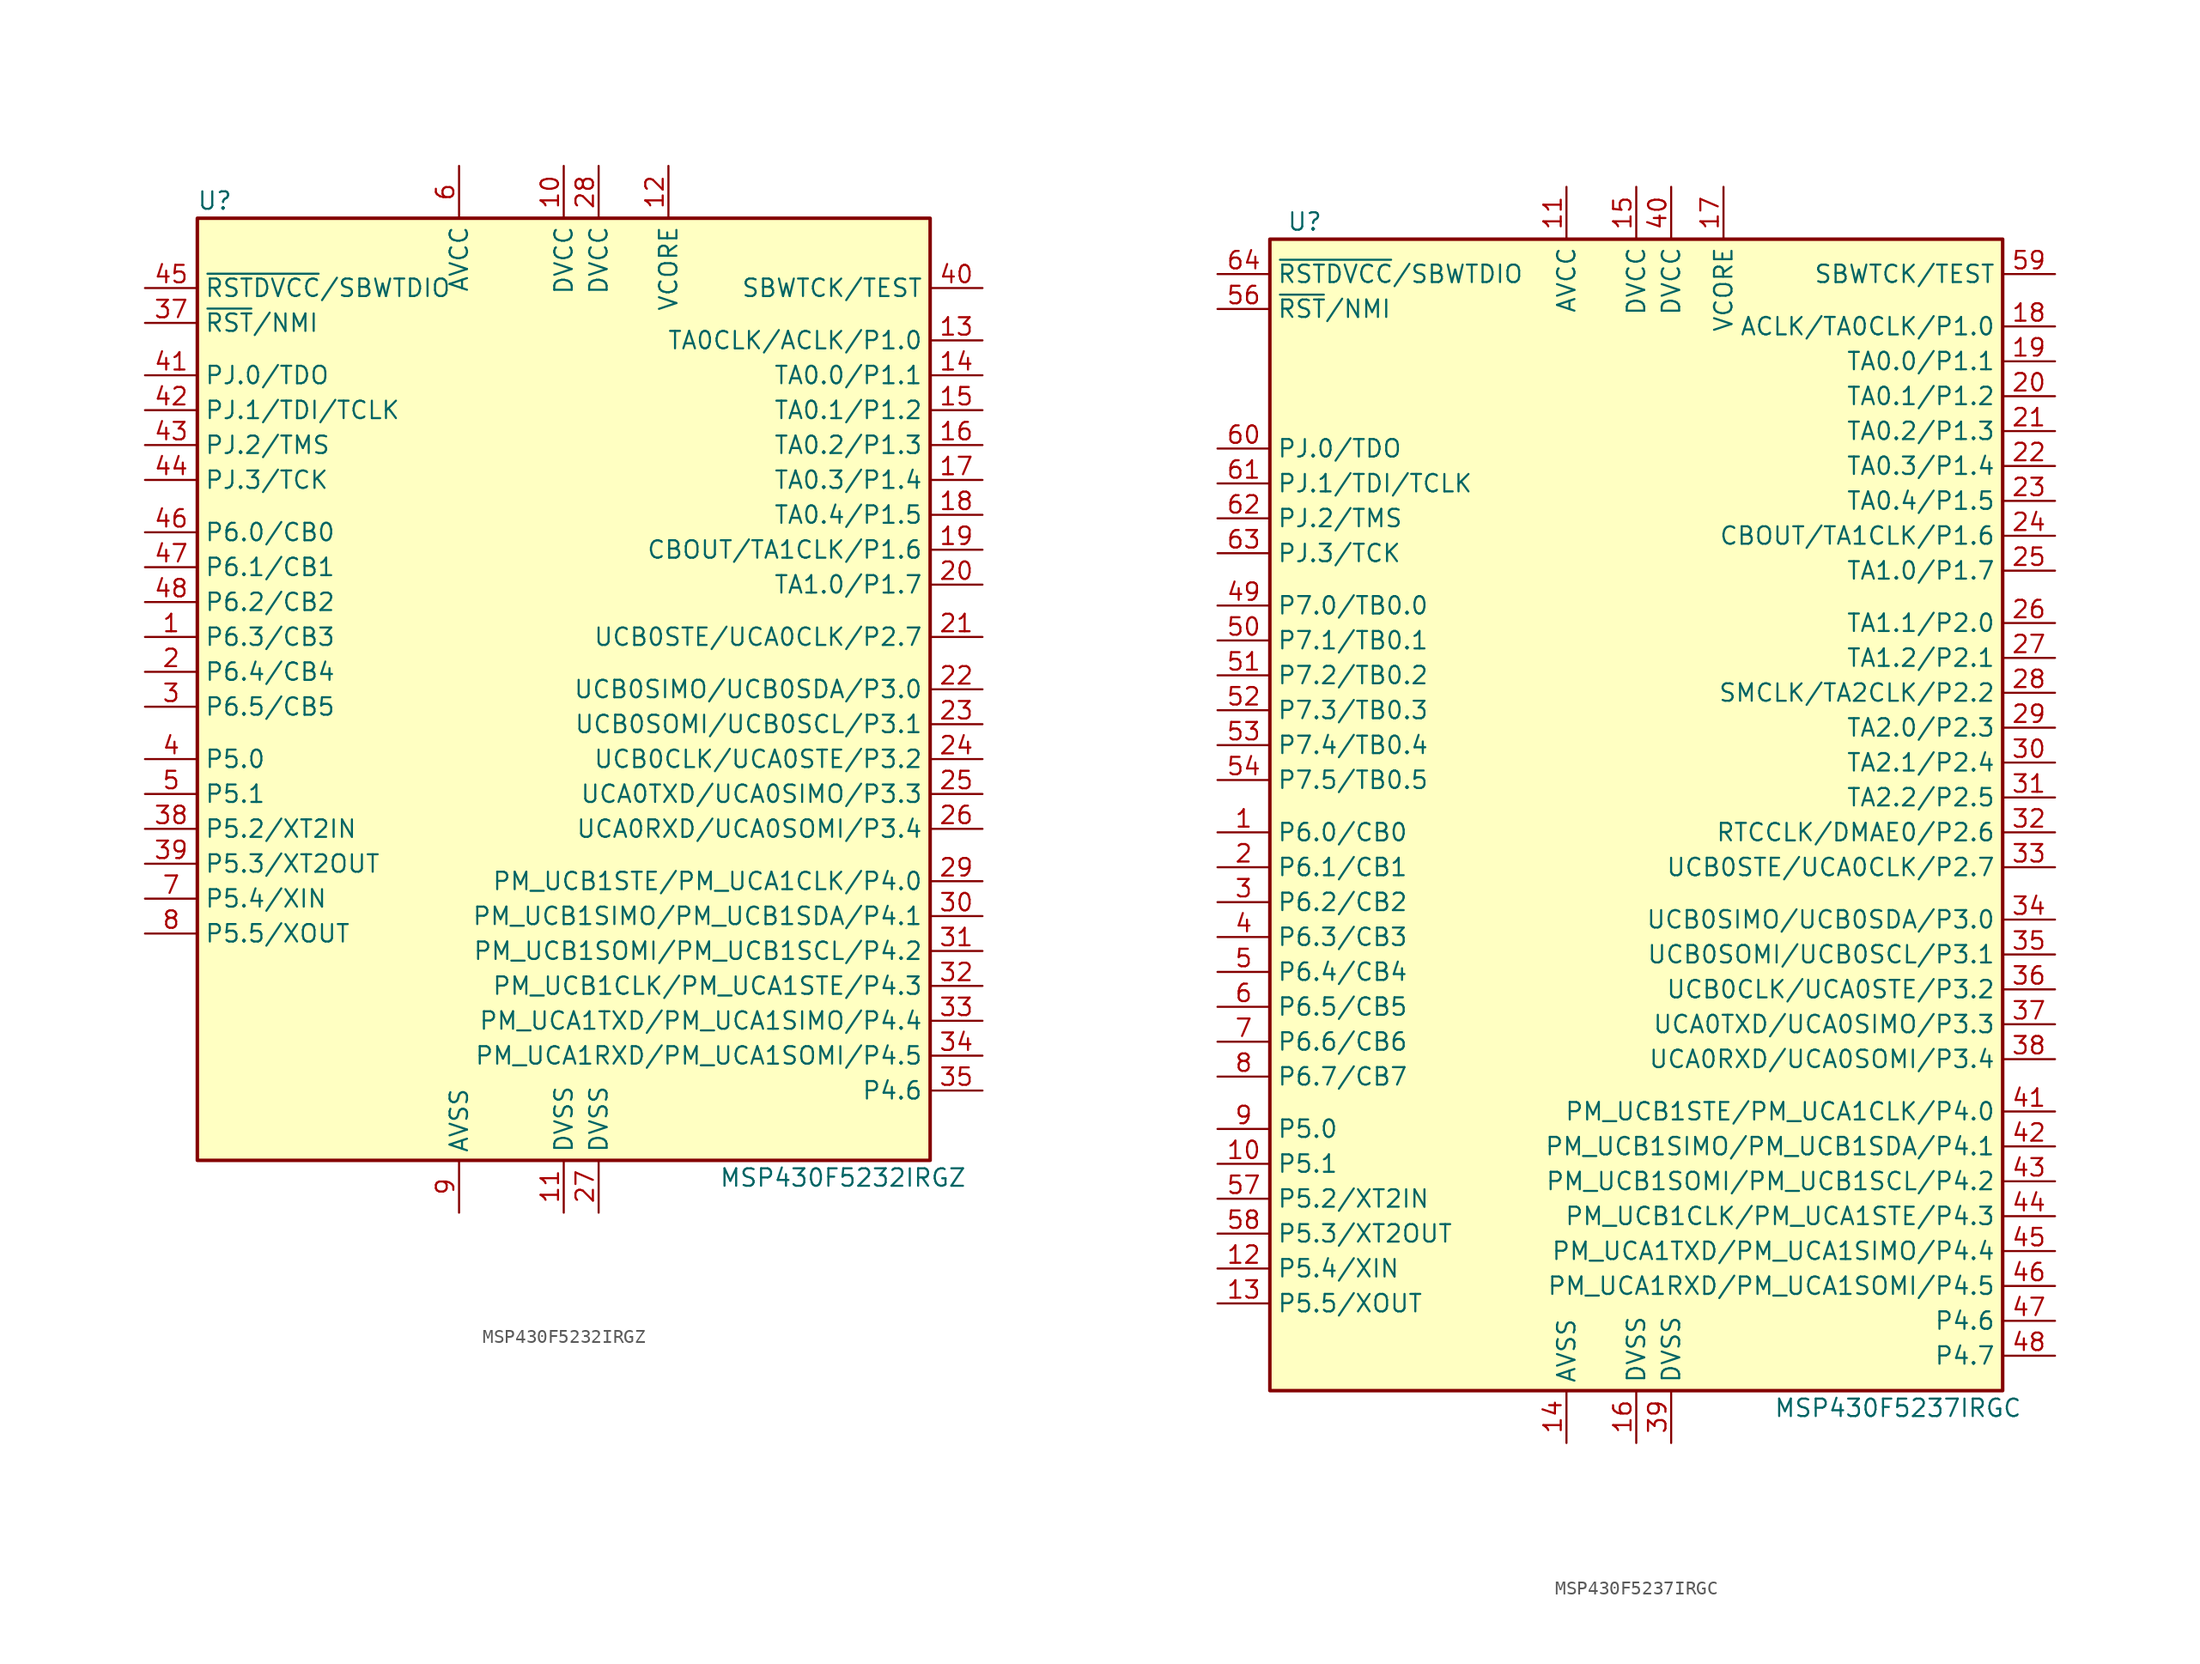
<source format=kicad_sym>
(kicad_symbol_lib
  (version 20220914)
  (generator kicad_symbol_editor)
  (symbol "MSP430F5232IRGZ"
    (property "Reference" "U"
      (at -25.4 35.56 0)
      (effects (font (size 1.27 1.27))))
    (property "Value" "MSP430F5232IRGZ"
      (at 20.32 -35.56 0)
      (effects (font (size 1.27 1.27))))
    (symbol "MSP430F5232IRGZ_0_1"
      (rectangle (start -26.67 34.29) (end 26.67 -34.29) (stroke (width 0.254) (type default)) (fill (type background))))
    (symbol "MSP430F5232IRGZ_1_1"
      (pin bidirectional line (at -30.48 3.81 0) (length 3.81) (name "P6.3/CB3" (effects (font (size 1.27 1.27)))) (number "1" (effects (font (size 1.27 1.27)))))
      (pin power_in line (at 0 38.1 270) (length 3.81) (name "DVCC" (effects (font (size 1.27 1.27)))) (number "10" (effects (font (size 1.27 1.27)))))
      (pin power_in line (at 0 -38.1 90) (length 3.81) (name "DVSS" (effects (font (size 1.27 1.27)))) (number "11" (effects (font (size 1.27 1.27)))))
      (pin passive line (at 7.62 38.1 270) (length 3.81) (name "VCORE" (effects (font (size 1.27 1.27)))) (number "12" (effects (font (size 1.27 1.27)))))
      (pin bidirectional line (at 30.48 25.4 180) (length 3.81) (name "TA0CLK/ACLK/P1.0" (effects (font (size 1.27 1.27)))) (number "13" (effects (font (size 1.27 1.27)))))
      (pin bidirectional line (at 30.48 22.86 180) (length 3.81) (name "TA0.0/P1.1" (effects (font (size 1.27 1.27)))) (number "14" (effects (font (size 1.27 1.27)))))
      (pin bidirectional line (at 30.48 20.32 180) (length 3.81) (name "TA0.1/P1.2" (effects (font (size 1.27 1.27)))) (number "15" (effects (font (size 1.27 1.27)))))
      (pin bidirectional line (at 30.48 17.78 180) (length 3.81) (name "TA0.2/P1.3" (effects (font (size 1.27 1.27)))) (number "16" (effects (font (size 1.27 1.27)))))
      (pin bidirectional line (at 30.48 15.24 180) (length 3.81) (name "TA0.3/P1.4" (effects (font (size 1.27 1.27)))) (number "17" (effects (font (size 1.27 1.27)))))
      (pin bidirectional line (at 30.48 12.7 180) (length 3.81) (name "TA0.4/P1.5" (effects (font (size 1.27 1.27)))) (number "18" (effects (font (size 1.27 1.27)))))
      (pin bidirectional line (at 30.48 10.16 180) (length 3.81) (name "CBOUT/TA1CLK/P1.6" (effects (font (size 1.27 1.27)))) (number "19" (effects (font (size 1.27 1.27)))))
      (pin bidirectional line (at -30.48 1.27 0) (length 3.81) (name "P6.4/CB4" (effects (font (size 1.27 1.27)))) (number "2" (effects (font (size 1.27 1.27)))))
      (pin bidirectional line (at 30.48 7.62 180) (length 3.81) (name "TA1.0/P1.7" (effects (font (size 1.27 1.27)))) (number "20" (effects (font (size 1.27 1.27)))))
      (pin bidirectional line (at 30.48 3.81 180) (length 3.81) (name "UCB0STE/UCA0CLK/P2.7" (effects (font (size 1.27 1.27)))) (number "21" (effects (font (size 1.27 1.27)))))
      (pin bidirectional line (at 30.48 0 180) (length 3.81) (name "UCB0SIMO/UCB0SDA/P3.0" (effects (font (size 1.27 1.27)))) (number "22" (effects (font (size 1.27 1.27)))))
      (pin bidirectional line (at 30.48 -2.54 180) (length 3.81) (name "UCB0SOMI/UCB0SCL/P3.1" (effects (font (size 1.27 1.27)))) (number "23" (effects (font (size 1.27 1.27)))))
      (pin bidirectional line (at 30.48 -5.08 180) (length 3.81) (name "UCB0CLK/UCA0STE/P3.2" (effects (font (size 1.27 1.27)))) (number "24" (effects (font (size 1.27 1.27)))))
      (pin bidirectional line (at 30.48 -7.62 180) (length 3.81) (name "UCA0TXD/UCA0SIMO/P3.3" (effects (font (size 1.27 1.27)))) (number "25" (effects (font (size 1.27 1.27)))))
      (pin bidirectional line (at 30.48 -10.16 180) (length 3.81) (name "UCA0RXD/UCA0SOMI/P3.4" (effects (font (size 1.27 1.27)))) (number "26" (effects (font (size 1.27 1.27)))))
      (pin power_in line (at 2.54 -38.1 90) (length 3.81) (name "DVSS" (effects (font (size 1.27 1.27)))) (number "27" (effects (font (size 1.27 1.27)))))
      (pin power_in line (at 2.54 38.1 270) (length 3.81) (name "DVCC" (effects (font (size 1.27 1.27)))) (number "28" (effects (font (size 1.27 1.27)))))
      (pin bidirectional line (at 30.48 -13.97 180) (length 3.81) (name "PM_UCB1STE/PM_UCA1CLK/P4.0" (effects (font (size 1.27 1.27)))) (number "29" (effects (font (size 1.27 1.27)))))
      (pin bidirectional line (at -30.48 -1.27 0) (length 3.81) (name "P6.5/CB5" (effects (font (size 1.27 1.27)))) (number "3" (effects (font (size 1.27 1.27)))))
      (pin bidirectional line (at 30.48 -16.51 180) (length 3.81) (name "PM_UCB1SIMO/PM_UCB1SDA/P4.1" (effects (font (size 1.27 1.27)))) (number "30" (effects (font (size 1.27 1.27)))))
      (pin bidirectional line (at 30.48 -19.05 180) (length 3.81) (name "PM_UCB1SOMI/PM_UCB1SCL/P4.2" (effects (font (size 1.27 1.27)))) (number "31" (effects (font (size 1.27 1.27)))))
      (pin bidirectional line (at 30.48 -21.59 180) (length 3.81) (name "PM_UCB1CLK/PM_UCA1STE/P4.3" (effects (font (size 1.27 1.27)))) (number "32" (effects (font (size 1.27 1.27)))))
      (pin bidirectional line (at 30.48 -24.13 180) (length 3.81) (name "PM_UCA1TXD/PM_UCA1SIMO/P4.4" (effects (font (size 1.27 1.27)))) (number "33" (effects (font (size 1.27 1.27)))))
      (pin bidirectional line (at 30.48 -26.67 180) (length 3.81) (name "PM_UCA1RXD/PM_UCA1SOMI/P4.5" (effects (font (size 1.27 1.27)))) (number "34" (effects (font (size 1.27 1.27)))))
      (pin bidirectional line (at 30.48 -29.21 180) (length 3.81) (name "P4.6" (effects (font (size 1.27 1.27)))) (number "35" (effects (font (size 1.27 1.27)))))
      (pin input line (at -30.48 26.67 0) (length 3.81) (name "~{RST}/NMI" (effects (font (size 1.27 1.27)))) (number "37" (effects (font (size 1.27 1.27)))))
      (pin bidirectional line (at -30.48 -10.16 0) (length 3.81) (name "P5.2/XT2IN" (effects (font (size 1.27 1.27)))) (number "38" (effects (font (size 1.27 1.27)))))
      (pin bidirectional line (at -30.48 -12.7 0) (length 3.81) (name "P5.3/XT2OUT" (effects (font (size 1.27 1.27)))) (number "39" (effects (font (size 1.27 1.27)))))
      (pin bidirectional line (at -30.48 -5.08 0) (length 3.81) (name "P5.0" (effects (font (size 1.27 1.27)))) (number "4" (effects (font (size 1.27 1.27)))))
      (pin input line (at 30.48 29.21 180) (length 3.81) (name "SBWTCK/TEST" (effects (font (size 1.27 1.27)))) (number "40" (effects (font (size 1.27 1.27)))))
      (pin bidirectional line (at -30.48 22.86 0) (length 3.81) (name "PJ.0/TDO" (effects (font (size 1.27 1.27)))) (number "41" (effects (font (size 1.27 1.27)))))
      (pin bidirectional line (at -30.48 20.32 0) (length 3.81) (name "PJ.1/TDI/TCLK" (effects (font (size 1.27 1.27)))) (number "42" (effects (font (size 1.27 1.27)))))
      (pin bidirectional line (at -30.48 17.78 0) (length 3.81) (name "PJ.2/TMS" (effects (font (size 1.27 1.27)))) (number "43" (effects (font (size 1.27 1.27)))))
      (pin bidirectional line (at -30.48 15.24 0) (length 3.81) (name "PJ.3/TCK" (effects (font (size 1.27 1.27)))) (number "44" (effects (font (size 1.27 1.27)))))
      (pin bidirectional line (at -30.48 29.21 0) (length 3.81) (name "~{RSTDVCC}/SBWTDIO" (effects (font (size 1.27 1.27)))) (number "45" (effects (font (size 1.27 1.27)))))
      (pin bidirectional line (at -30.48 11.43 0) (length 3.81) (name "P6.0/CB0" (effects (font (size 1.27 1.27)))) (number "46" (effects (font (size 1.27 1.27)))))
      (pin bidirectional line (at -30.48 8.89 0) (length 3.81) (name "P6.1/CB1" (effects (font (size 1.27 1.27)))) (number "47" (effects (font (size 1.27 1.27)))))
      (pin bidirectional line (at -30.48 6.35 0) (length 3.81) (name "P6.2/CB2" (effects (font (size 1.27 1.27)))) (number "48" (effects (font (size 1.27 1.27)))))
      (pin bidirectional line (at -30.48 -7.62 0) (length 3.81) (name "P5.1" (effects (font (size 1.27 1.27)))) (number "5" (effects (font (size 1.27 1.27)))))
      (pin power_in line (at -7.62 38.1 270) (length 3.81) (name "AVCC" (effects (font (size 1.27 1.27)))) (number "6" (effects (font (size 1.27 1.27)))))
      (pin bidirectional line (at -30.48 -15.24 0) (length 3.81) (name "P5.4/XIN" (effects (font (size 1.27 1.27)))) (number "7" (effects (font (size 1.27 1.27)))))
      (pin bidirectional line (at -30.48 -17.78 0) (length 3.81) (name "P5.5/XOUT" (effects (font (size 1.27 1.27)))) (number "8" (effects (font (size 1.27 1.27)))))
      (pin power_in line (at -7.62 -38.1 90) (length 3.81) (name "AVSS" (effects (font (size 1.27 1.27)))) (number "9" (effects (font (size 1.27 1.27)))))))
  (symbol "MSP430F5237IRGC"
    (property "Reference" "U"
      (at -24.13 43.18 0)
      (effects (font (size 1.27 1.27))))
    (property "Value" "MSP430F5237IRGC"
      (at 19.05 -43.18 0)
      (effects (font (size 1.27 1.27))))
    (symbol "MSP430F5237IRGC_0_1"
      (rectangle (start -26.67 41.91) (end 26.67 -41.91) (stroke (width 0.254) (type default)) (fill (type background))))
    (symbol "MSP430F5237IRGC_1_1"
      (pin bidirectional line (at -30.48 -1.27 0) (length 3.81) (name "P6.0/CB0" (effects (font (size 1.27 1.27)))) (number "1" (effects (font (size 1.27 1.27)))))
      (pin bidirectional line (at -30.48 -25.4 0) (length 3.81) (name "P5.1" (effects (font (size 1.27 1.27)))) (number "10" (effects (font (size 1.27 1.27)))))
      (pin power_in line (at -5.08 45.72 270) (length 3.81) (name "AVCC" (effects (font (size 1.27 1.27)))) (number "11" (effects (font (size 1.27 1.27)))))
      (pin bidirectional line (at -30.48 -33.02 0) (length 3.81) (name "P5.4/XIN" (effects (font (size 1.27 1.27)))) (number "12" (effects (font (size 1.27 1.27)))))
      (pin bidirectional line (at -30.48 -35.56 0) (length 3.81) (name "P5.5/XOUT" (effects (font (size 1.27 1.27)))) (number "13" (effects (font (size 1.27 1.27)))))
      (pin power_in line (at -5.08 -45.72 90) (length 3.81) (name "AVSS" (effects (font (size 1.27 1.27)))) (number "14" (effects (font (size 1.27 1.27)))))
      (pin power_in line (at 0 45.72 270) (length 3.81) (name "DVCC" (effects (font (size 1.27 1.27)))) (number "15" (effects (font (size 1.27 1.27)))))
      (pin power_in line (at 0 -45.72 90) (length 3.81) (name "DVSS" (effects (font (size 1.27 1.27)))) (number "16" (effects (font (size 1.27 1.27)))))
      (pin power_in line (at 6.35 45.72 270) (length 3.81) (name "VCORE" (effects (font (size 1.27 1.27)))) (number "17" (effects (font (size 1.27 1.27)))))
      (pin bidirectional line (at 30.48 35.56 180) (length 3.81) (name "ACLK/TA0CLK/P1.0" (effects (font (size 1.27 1.27)))) (number "18" (effects (font (size 1.27 1.27)))))
      (pin bidirectional line (at 30.48 33.02 180) (length 3.81) (name "TA0.0/P1.1" (effects (font (size 1.27 1.27)))) (number "19" (effects (font (size 1.27 1.27)))))
      (pin bidirectional line (at -30.48 -3.81 0) (length 3.81) (name "P6.1/CB1" (effects (font (size 1.27 1.27)))) (number "2" (effects (font (size 1.27 1.27)))))
      (pin bidirectional line (at 30.48 30.48 180) (length 3.81) (name "TA0.1/P1.2" (effects (font (size 1.27 1.27)))) (number "20" (effects (font (size 1.27 1.27)))))
      (pin bidirectional line (at 30.48 27.94 180) (length 3.81) (name "TA0.2/P1.3" (effects (font (size 1.27 1.27)))) (number "21" (effects (font (size 1.27 1.27)))))
      (pin bidirectional line (at 30.48 25.4 180) (length 3.81) (name "TA0.3/P1.4" (effects (font (size 1.27 1.27)))) (number "22" (effects (font (size 1.27 1.27)))))
      (pin bidirectional line (at 30.48 22.86 180) (length 3.81) (name "TA0.4/P1.5" (effects (font (size 1.27 1.27)))) (number "23" (effects (font (size 1.27 1.27)))))
      (pin bidirectional line (at 30.48 20.32 180) (length 3.81) (name "CBOUT/TA1CLK/P1.6" (effects (font (size 1.27 1.27)))) (number "24" (effects (font (size 1.27 1.27)))))
      (pin bidirectional line (at 30.48 17.78 180) (length 3.81) (name "TA1.0/P1.7" (effects (font (size 1.27 1.27)))) (number "25" (effects (font (size 1.27 1.27)))))
      (pin bidirectional line (at 30.48 13.97 180) (length 3.81) (name "TA1.1/P2.0" (effects (font (size 1.27 1.27)))) (number "26" (effects (font (size 1.27 1.27)))))
      (pin bidirectional line (at 30.48 11.43 180) (length 3.81) (name "TA1.2/P2.1" (effects (font (size 1.27 1.27)))) (number "27" (effects (font (size 1.27 1.27)))))
      (pin bidirectional line (at 30.48 8.89 180) (length 3.81) (name "SMCLK/TA2CLK/P2.2" (effects (font (size 1.27 1.27)))) (number "28" (effects (font (size 1.27 1.27)))))
      (pin bidirectional line (at 30.48 6.35 180) (length 3.81) (name "TA2.0/P2.3" (effects (font (size 1.27 1.27)))) (number "29" (effects (font (size 1.27 1.27)))))
      (pin bidirectional line (at -30.48 -6.35 0) (length 3.81) (name "P6.2/CB2" (effects (font (size 1.27 1.27)))) (number "3" (effects (font (size 1.27 1.27)))))
      (pin bidirectional line (at 30.48 3.81 180) (length 3.81) (name "TA2.1/P2.4" (effects (font (size 1.27 1.27)))) (number "30" (effects (font (size 1.27 1.27)))))
      (pin bidirectional line (at 30.48 1.27 180) (length 3.81) (name "TA2.2/P2.5" (effects (font (size 1.27 1.27)))) (number "31" (effects (font (size 1.27 1.27)))))
      (pin bidirectional line (at 30.48 -1.27 180) (length 3.81) (name "RTCCLK/DMAE0/P2.6" (effects (font (size 1.27 1.27)))) (number "32" (effects (font (size 1.27 1.27)))))
      (pin bidirectional line (at 30.48 -3.81 180) (length 3.81) (name "UCB0STE/UCA0CLK/P2.7" (effects (font (size 1.27 1.27)))) (number "33" (effects (font (size 1.27 1.27)))))
      (pin bidirectional line (at 30.48 -7.62 180) (length 3.81) (name "UCB0SIMO/UCB0SDA/P3.0" (effects (font (size 1.27 1.27)))) (number "34" (effects (font (size 1.27 1.27)))))
      (pin bidirectional line (at 30.48 -10.16 180) (length 3.81) (name "UCB0SOMI/UCB0SCL/P3.1" (effects (font (size 1.27 1.27)))) (number "35" (effects (font (size 1.27 1.27)))))
      (pin bidirectional line (at 30.48 -12.7 180) (length 3.81) (name "UCB0CLK/UCA0STE/P3.2" (effects (font (size 1.27 1.27)))) (number "36" (effects (font (size 1.27 1.27)))))
      (pin bidirectional line (at 30.48 -15.24 180) (length 3.81) (name "UCA0TXD/UCA0SIMO/P3.3" (effects (font (size 1.27 1.27)))) (number "37" (effects (font (size 1.27 1.27)))))
      (pin bidirectional line (at 30.48 -17.78 180) (length 3.81) (name "UCA0RXD/UCA0SOMI/P3.4" (effects (font (size 1.27 1.27)))) (number "38" (effects (font (size 1.27 1.27)))))
      (pin power_in line (at 2.54 -45.72 90) (length 3.81) (name "DVSS" (effects (font (size 1.27 1.27)))) (number "39" (effects (font (size 1.27 1.27)))))
      (pin bidirectional line (at -30.48 -8.89 0) (length 3.81) (name "P6.3/CB3" (effects (font (size 1.27 1.27)))) (number "4" (effects (font (size 1.27 1.27)))))
      (pin power_in line (at 2.54 45.72 270) (length 3.81) (name "DVCC" (effects (font (size 1.27 1.27)))) (number "40" (effects (font (size 1.27 1.27)))))
      (pin bidirectional line (at 30.48 -21.59 180) (length 3.81) (name "PM_UCB1STE/PM_UCA1CLK/P4.0" (effects (font (size 1.27 1.27)))) (number "41" (effects (font (size 1.27 1.27)))))
      (pin bidirectional line (at 30.48 -24.13 180) (length 3.81) (name "PM_UCB1SIMO/PM_UCB1SDA/P4.1" (effects (font (size 1.27 1.27)))) (number "42" (effects (font (size 1.27 1.27)))))
      (pin bidirectional line (at 30.48 -26.67 180) (length 3.81) (name "PM_UCB1SOMI/PM_UCB1SCL/P4.2" (effects (font (size 1.27 1.27)))) (number "43" (effects (font (size 1.27 1.27)))))
      (pin bidirectional line (at 30.48 -29.21 180) (length 3.81) (name "PM_UCB1CLK/PM_UCA1STE/P4.3" (effects (font (size 1.27 1.27)))) (number "44" (effects (font (size 1.27 1.27)))))
      (pin bidirectional line (at 30.48 -31.75 180) (length 3.81) (name "PM_UCA1TXD/PM_UCA1SIMO/P4.4" (effects (font (size 1.27 1.27)))) (number "45" (effects (font (size 1.27 1.27)))))
      (pin bidirectional line (at 30.48 -34.29 180) (length 3.81) (name "PM_UCA1RXD/PM_UCA1SOMI/P4.5" (effects (font (size 1.27 1.27)))) (number "46" (effects (font (size 1.27 1.27)))))
      (pin bidirectional line (at 30.48 -36.83 180) (length 3.81) (name "P4.6" (effects (font (size 1.27 1.27)))) (number "47" (effects (font (size 1.27 1.27)))))
      (pin bidirectional line (at 30.48 -39.37 180) (length 3.81) (name "P4.7" (effects (font (size 1.27 1.27)))) (number "48" (effects (font (size 1.27 1.27)))))
      (pin bidirectional line (at -30.48 15.24 0) (length 3.81) (name "P7.0/TB0.0" (effects (font (size 1.27 1.27)))) (number "49" (effects (font (size 1.27 1.27)))))
      (pin bidirectional line (at -30.48 -11.43 0) (length 3.81) (name "P6.4/CB4" (effects (font (size 1.27 1.27)))) (number "5" (effects (font (size 1.27 1.27)))))
      (pin bidirectional line (at -30.48 12.7 0) (length 3.81) (name "P7.1/TB0.1" (effects (font (size 1.27 1.27)))) (number "50" (effects (font (size 1.27 1.27)))))
      (pin bidirectional line (at -30.48 10.16 0) (length 3.81) (name "P7.2/TB0.2" (effects (font (size 1.27 1.27)))) (number "51" (effects (font (size 1.27 1.27)))))
      (pin bidirectional line (at -30.48 7.62 0) (length 3.81) (name "P7.3/TB0.3" (effects (font (size 1.27 1.27)))) (number "52" (effects (font (size 1.27 1.27)))))
      (pin bidirectional line (at -30.48 5.08 0) (length 3.81) (name "P7.4/TB0.4" (effects (font (size 1.27 1.27)))) (number "53" (effects (font (size 1.27 1.27)))))
      (pin bidirectional line (at -30.48 2.54 0) (length 3.81) (name "P7.5/TB0.5" (effects (font (size 1.27 1.27)))) (number "54" (effects (font (size 1.27 1.27)))))
      (pin input line (at -30.48 36.83 0) (length 3.81) (name "~{RST}/NMI" (effects (font (size 1.27 1.27)))) (number "56" (effects (font (size 1.27 1.27)))))
      (pin bidirectional line (at -30.48 -27.94 0) (length 3.81) (name "P5.2/XT2IN" (effects (font (size 1.27 1.27)))) (number "57" (effects (font (size 1.27 1.27)))))
      (pin bidirectional line (at -30.48 -30.48 0) (length 3.81) (name "P5.3/XT2OUT" (effects (font (size 1.27 1.27)))) (number "58" (effects (font (size 1.27 1.27)))))
      (pin input line (at 30.48 39.37 180) (length 3.81) (name "SBWTCK/TEST" (effects (font (size 1.27 1.27)))) (number "59" (effects (font (size 1.27 1.27)))))
      (pin bidirectional line (at -30.48 -13.97 0) (length 3.81) (name "P6.5/CB5" (effects (font (size 1.27 1.27)))) (number "6" (effects (font (size 1.27 1.27)))))
      (pin bidirectional line (at -30.48 26.67 0) (length 3.81) (name "PJ.0/TDO" (effects (font (size 1.27 1.27)))) (number "60" (effects (font (size 1.27 1.27)))))
      (pin bidirectional line (at -30.48 24.13 0) (length 3.81) (name "PJ.1/TDI/TCLK" (effects (font (size 1.27 1.27)))) (number "61" (effects (font (size 1.27 1.27)))))
      (pin bidirectional line (at -30.48 21.59 0) (length 3.81) (name "PJ.2/TMS" (effects (font (size 1.27 1.27)))) (number "62" (effects (font (size 1.27 1.27)))))
      (pin bidirectional line (at -30.48 19.05 0) (length 3.81) (name "PJ.3/TCK" (effects (font (size 1.27 1.27)))) (number "63" (effects (font (size 1.27 1.27)))))
      (pin bidirectional line (at -30.48 39.37 0) (length 3.81) (name "~{RSTDVCC}/SBWTDIO" (effects (font (size 1.27 1.27)))) (number "64" (effects (font (size 1.27 1.27)))))
      (pin bidirectional line (at -30.48 -16.51 0) (length 3.81) (name "P6.6/CB6" (effects (font (size 1.27 1.27)))) (number "7" (effects (font (size 1.27 1.27)))))
      (pin bidirectional line (at -30.48 -19.05 0) (length 3.81) (name "P6.7/CB7" (effects (font (size 1.27 1.27)))) (number "8" (effects (font (size 1.27 1.27)))))
      (pin bidirectional line (at -30.48 -22.86 0) (length 3.81) (name "P5.0" (effects (font (size 1.27 1.27)))) (number "9" (effects (font (size 1.27 1.27))))))))
</source>
